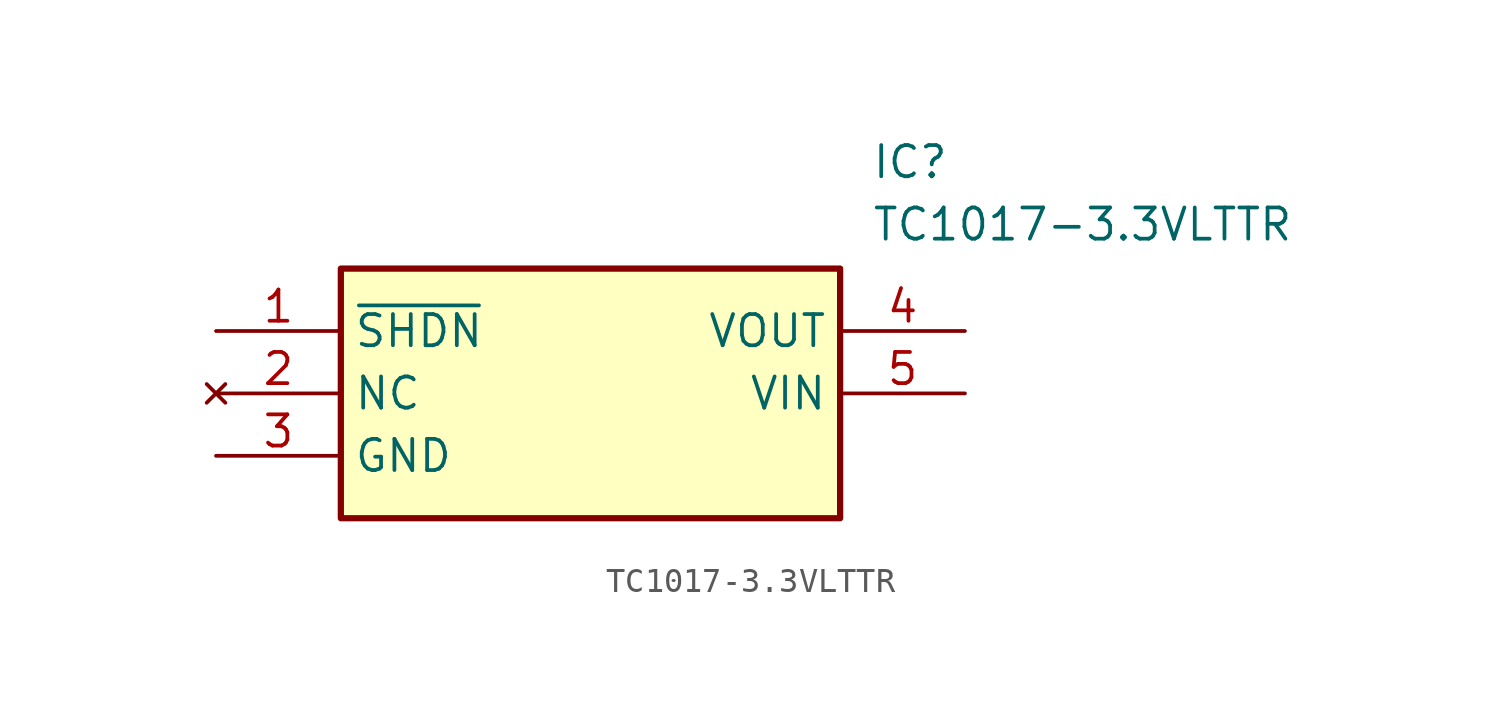
<source format=kicad_sym>
(kicad_symbol_lib
  (version 20211014)
  (generator SamacSys_ECAD_Model)
  (symbol "TC1017-3.3VLTTR"
    (property "Reference" "IC"
      (at 26.67 7.62 0)
      (effects (font (size 1.27 1.27)) (justify left top)))
    (property "Value" "TC1017-3.3VLTTR"
      (at 26.67 5.08 0)
      (effects (font (size 1.27 1.27)) (justify left top)))
    (rectangle
      (start 5.08 2.54)
      (end 25.4 -7.62)
      (stroke (width 0.254) (type default))
      (fill (type background)))
    (pin passive line
      (at 0 0 0)
      (length 5.08)
      (name "~{SHDN}" (effects (font (size 1.27 1.27))))
      (number "1" (effects (font (size 1.27 1.27)))))
    (pin no_connect line
      (at 0 -2.54 0)
      (length 5.08)
      (name "NC" (effects (font (size 1.27 1.27))))
      (number "2" (effects (font (size 1.27 1.27)))))
    (pin passive line
      (at 0 -5.08 0)
      (length 5.08)
      (name "GND" (effects (font (size 1.27 1.27))))
      (number "3" (effects (font (size 1.27 1.27)))))
    (pin passive line
      (at 30.48 0 180)
      (length 5.08)
      (name "VOUT" (effects (font (size 1.27 1.27))))
      (number "4" (effects (font (size 1.27 1.27)))))
    (pin passive line
      (at 30.48 -2.54 180)
      (length 5.08)
      (name "VIN" (effects (font (size 1.27 1.27))))
      (number "5" (effects (font (size 1.27 1.27)))))))
</source>
